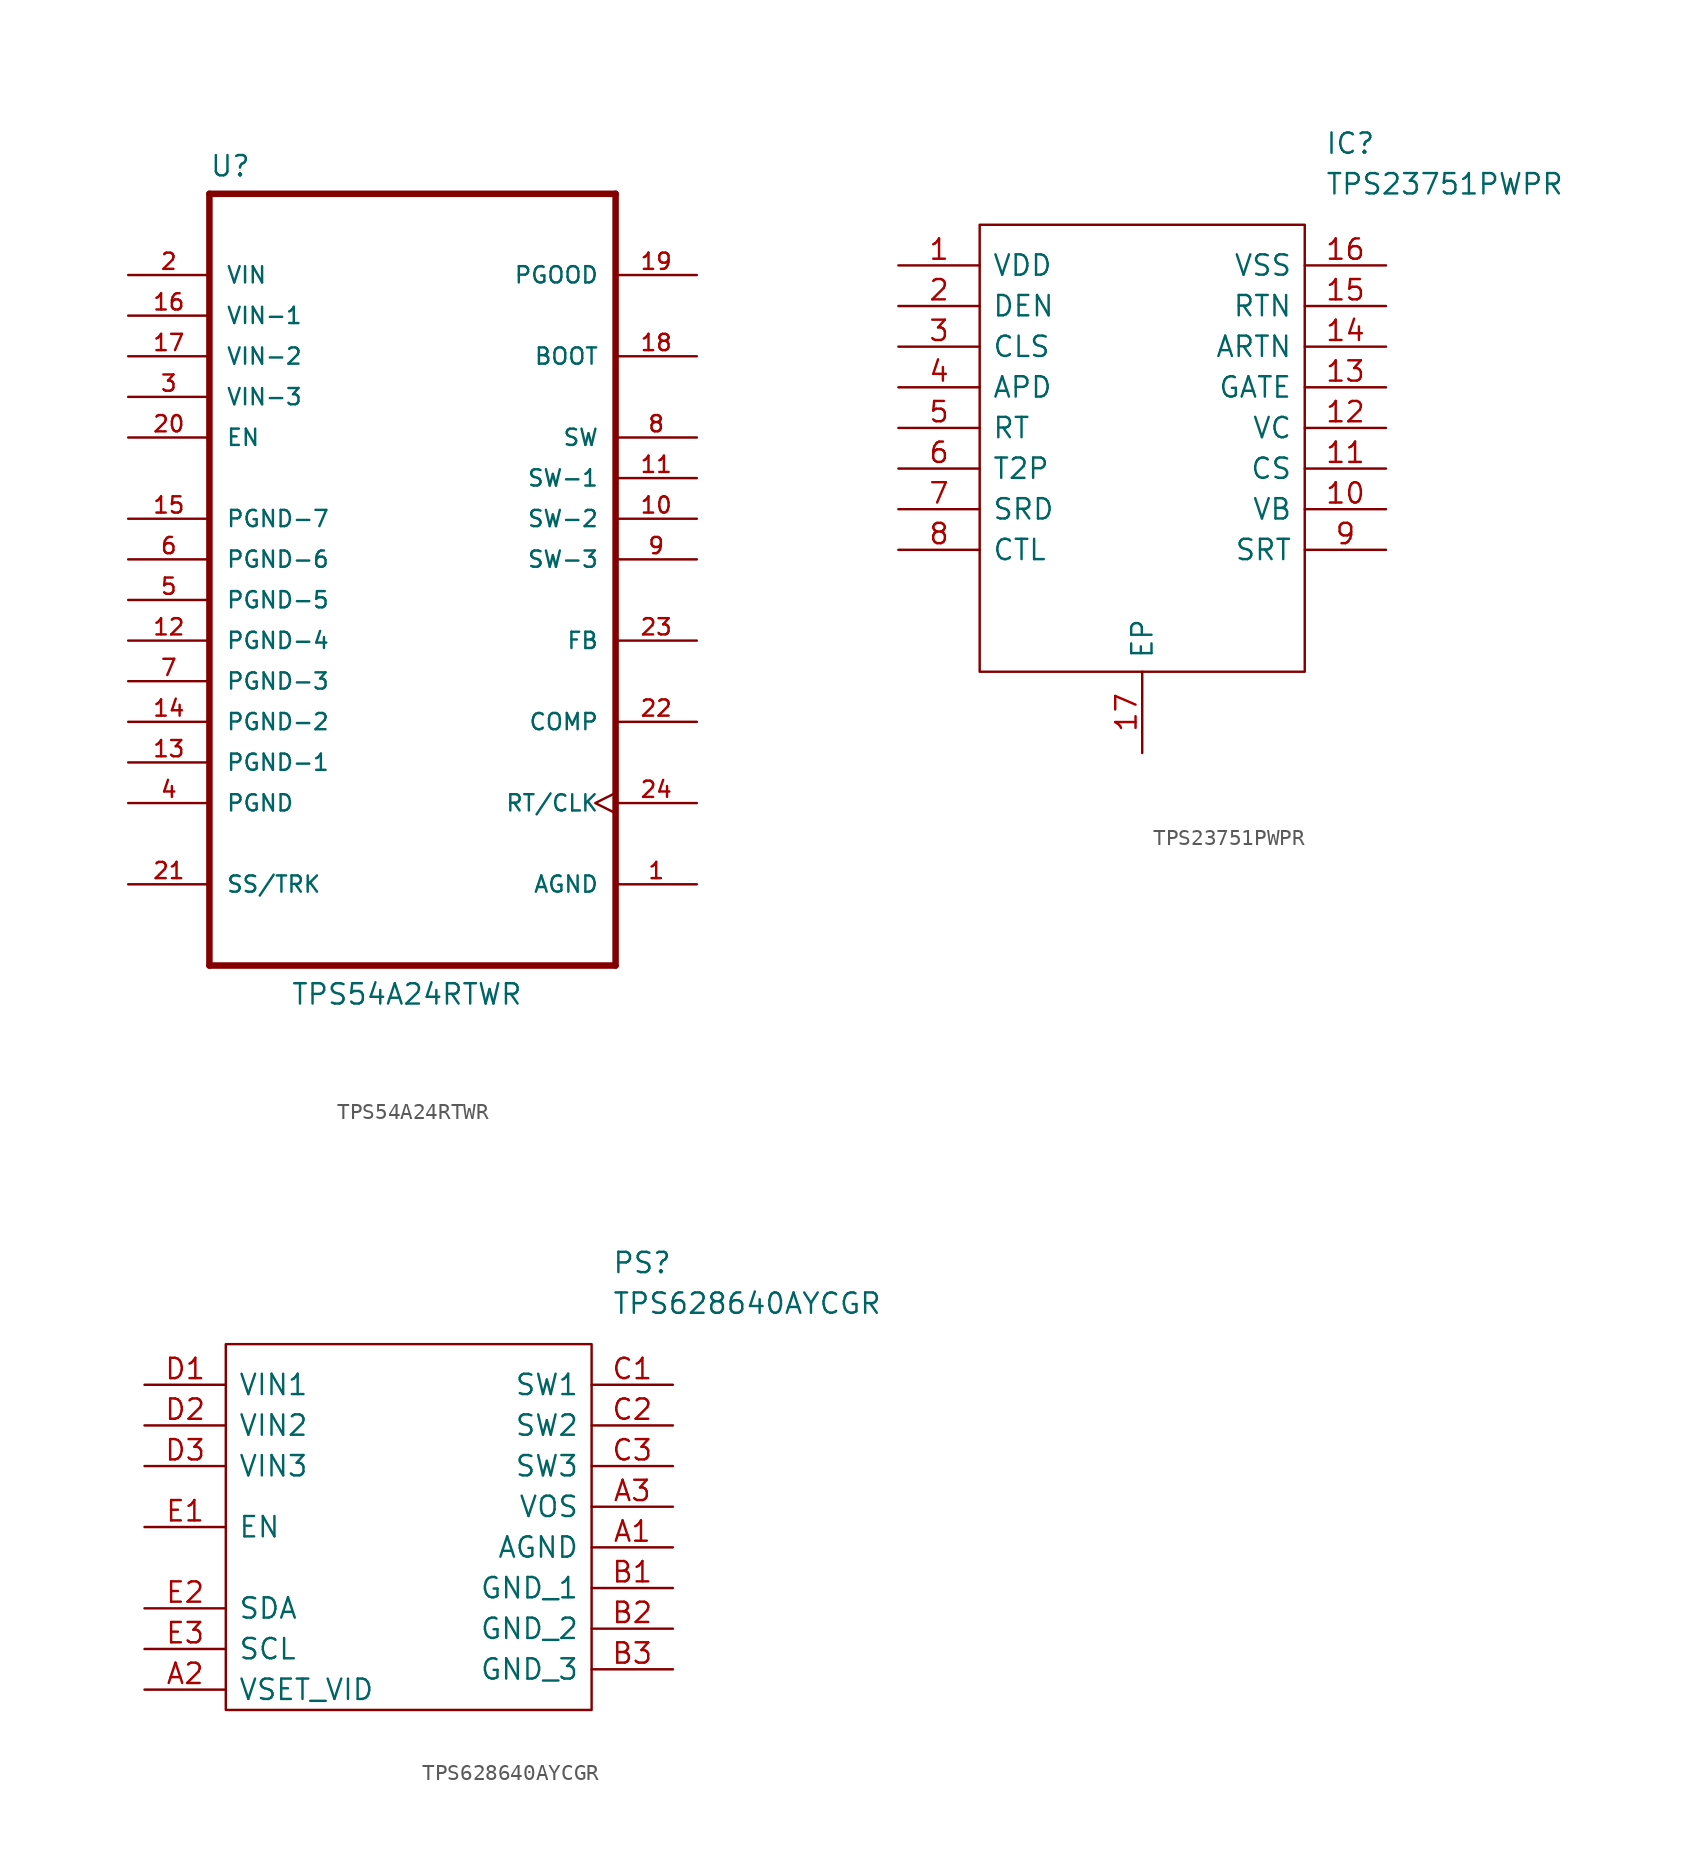
<source format=kicad_sym>
(kicad_symbol_lib
  (version 20201005)
  (generator kicad_symbol_editor)
  (symbol "AP2100:TPS54A24RTWR"
    (pin_names
      (offset 1.016))
    (property "Reference" "U"
      (at -12.7 23.851 0)
      (effects (font (size 1.27 1.27)) (justify left bottom)))
    (property "Value" "TPS54A24RTWR"
      (at -7.62 -27.94 0)
      (effects (font (size 1.27 1.27)) (justify left bottom)))
    (property "ki_locked" ""
      (at 0 0 0)
      (effects (font (size 1.27 1.27))))
    (symbol "TPS54A24RTWR_0_0"
      (polyline (pts (xy -12.7 22.86) (xy 12.7 22.86)) (stroke (width 0.406)) (fill (type none)))
      (polyline (pts (xy 12.7 22.86) (xy 12.7 -25.4)) (stroke (width 0.406)) (fill (type none)))
      (polyline (pts (xy 12.7 -25.4) (xy -12.7 -25.4)) (stroke (width 0.406)) (fill (type none)))
      (polyline (pts (xy -12.7 -25.4) (xy -12.7 22.86)) (stroke (width 0.406)) (fill (type none)))
      (pin input clock (at 17.78 -15.24 180) (length 5.08) (name "RT/CLK" (effects (font (size 1.016 1.016)))) (number "24" (effects (font (size 1.016 1.016)))))
      (pin input line (at -17.78 17.78 0) (length 5.08) (name "VIN" (effects (font (size 1.016 1.016)))) (number "2" (effects (font (size 1.016 1.016)))))
      (pin input line (at -17.78 15.24 0) (length 5.08) (name "VIN-1" (effects (font (size 1.016 1.016)))) (number "16" (effects (font (size 1.016 1.016)))))
      (pin input line (at -17.78 12.7 0) (length 5.08) (name "VIN-2" (effects (font (size 1.016 1.016)))) (number "17" (effects (font (size 1.016 1.016)))))
      (pin input line (at -17.78 10.16 0) (length 5.08) (name "VIN-3" (effects (font (size 1.016 1.016)))) (number "3" (effects (font (size 1.016 1.016)))))
      (pin bidirectional line (at 17.78 12.7 180) (length 5.08) (name "BOOT" (effects (font (size 1.016 1.016)))) (number "18" (effects (font (size 1.016 1.016)))))
      (pin bidirectional line (at 17.78 -10.16 180) (length 5.08) (name "COMP" (effects (font (size 1.016 1.016)))) (number "22" (effects (font (size 1.016 1.016)))))
      (pin bidirectional line (at -17.78 7.62 0) (length 5.08) (name "EN" (effects (font (size 1.016 1.016)))) (number "20" (effects (font (size 1.016 1.016)))))
      (pin bidirectional line (at 17.78 -5.08 180) (length 5.08) (name "FB" (effects (font (size 1.016 1.016)))) (number "23" (effects (font (size 1.016 1.016)))))
      (pin bidirectional line (at 17.78 17.78 180) (length 5.08) (name "PGOOD" (effects (font (size 1.016 1.016)))) (number "19" (effects (font (size 1.016 1.016)))))
      (pin bidirectional line (at -17.78 -20.32 0) (length 5.08) (name "SS/TRK" (effects (font (size 1.016 1.016)))) (number "21" (effects (font (size 1.016 1.016)))))
      (pin bidirectional line (at 17.78 7.62 180) (length 5.08) (name "SW" (effects (font (size 1.016 1.016)))) (number "8" (effects (font (size 1.016 1.016)))))
      (pin bidirectional line (at 17.78 5.08 180) (length 5.08) (name "SW-1" (effects (font (size 1.016 1.016)))) (number "11" (effects (font (size 1.016 1.016)))))
      (pin bidirectional line (at 17.78 2.54 180) (length 5.08) (name "SW-2" (effects (font (size 1.016 1.016)))) (number "10" (effects (font (size 1.016 1.016)))))
      (pin bidirectional line (at 17.78 0 180) (length 5.08) (name "SW-3" (effects (font (size 1.016 1.016)))) (number "9" (effects (font (size 1.016 1.016)))))
      (pin power_in line (at 17.78 -20.32 180) (length 5.08) (name "AGND" (effects (font (size 1.016 1.016)))) (number "1" (effects (font (size 1.016 1.016)))))
      (pin power_in line (at -17.78 -15.24 0) (length 5.08) (name "PGND" (effects (font (size 1.016 1.016)))) (number "4" (effects (font (size 1.016 1.016)))))
      (pin power_in line (at -17.78 -12.7 0) (length 5.08) (name "PGND-1" (effects (font (size 1.016 1.016)))) (number "13" (effects (font (size 1.016 1.016)))))
      (pin power_in line (at -17.78 -10.16 0) (length 5.08) (name "PGND-2" (effects (font (size 1.016 1.016)))) (number "14" (effects (font (size 1.016 1.016)))))
      (pin power_in line (at -17.78 -7.62 0) (length 5.08) (name "PGND-3" (effects (font (size 1.016 1.016)))) (number "7" (effects (font (size 1.016 1.016)))))
      (pin power_in line (at -17.78 -5.08 0) (length 5.08) (name "PGND-4" (effects (font (size 1.016 1.016)))) (number "12" (effects (font (size 1.016 1.016)))))
      (pin power_in line (at -17.78 -2.54 0) (length 5.08) (name "PGND-5" (effects (font (size 1.016 1.016)))) (number "5" (effects (font (size 1.016 1.016)))))
      (pin power_in line (at -17.78 0 0) (length 5.08) (name "PGND-6" (effects (font (size 1.016 1.016)))) (number "6" (effects (font (size 1.016 1.016)))))
      (pin power_in line (at -17.78 2.54 0) (length 5.08) (name "PGND-7" (effects (font (size 1.016 1.016)))) (number "15" (effects (font (size 1.016 1.016)))))))
  (symbol "AP2100:TPS23751PWPR"
    (pin_names
      (offset 0.762))
    (property "Reference" "IC"
      (at 26.67 7.62 0)
      (effects (font (size 1.27 1.27)) (justify left)))
    (property "Value" "TPS23751PWPR"
      (at 26.67 5.08 0)
      (effects (font (size 1.27 1.27)) (justify left)))
    (symbol "TPS23751PWPR_0_1"
      (polyline (pts (xy 5.08 2.54) (xy 25.4 2.54) (xy 25.4 -25.4) (xy 5.08 -25.4) (xy 5.08 2.54)) (stroke (width 0.152)) (fill (type none))))
    (symbol "TPS23751PWPR_0_0"
      (pin passive line (at 0 0 0) (length 5.08) (name "VDD" (effects (font (size 1.27 1.27)))) (number "1" (effects (font (size 1.27 1.27)))))
      (pin passive line (at 0 -2.54 0) (length 5.08) (name "DEN" (effects (font (size 1.27 1.27)))) (number "2" (effects (font (size 1.27 1.27)))))
      (pin passive line (at 0 -5.08 0) (length 5.08) (name "CLS" (effects (font (size 1.27 1.27)))) (number "3" (effects (font (size 1.27 1.27)))))
      (pin passive line (at 0 -7.62 0) (length 5.08) (name "APD" (effects (font (size 1.27 1.27)))) (number "4" (effects (font (size 1.27 1.27)))))
      (pin passive line (at 0 -10.16 0) (length 5.08) (name "RT" (effects (font (size 1.27 1.27)))) (number "5" (effects (font (size 1.27 1.27)))))
      (pin passive line (at 0 -12.7 0) (length 5.08) (name "T2P" (effects (font (size 1.27 1.27)))) (number "6" (effects (font (size 1.27 1.27)))))
      (pin passive line (at 0 -15.24 0) (length 5.08) (name "SRD" (effects (font (size 1.27 1.27)))) (number "7" (effects (font (size 1.27 1.27)))))
      (pin passive line (at 0 -17.78 0) (length 5.08) (name "CTL" (effects (font (size 1.27 1.27)))) (number "8" (effects (font (size 1.27 1.27)))))
      (pin passive line (at 15.24 -30.48 90) (length 5.08) (name "EP" (effects (font (size 1.27 1.27)))) (number "17" (effects (font (size 1.27 1.27)))))
      (pin passive line (at 30.48 0 180) (length 5.08) (name "VSS" (effects (font (size 1.27 1.27)))) (number "16" (effects (font (size 1.27 1.27)))))
      (pin passive line (at 30.48 -2.54 180) (length 5.08) (name "RTN" (effects (font (size 1.27 1.27)))) (number "15" (effects (font (size 1.27 1.27)))))
      (pin passive line (at 30.48 -5.08 180) (length 5.08) (name "ARTN" (effects (font (size 1.27 1.27)))) (number "14" (effects (font (size 1.27 1.27)))))
      (pin passive line (at 30.48 -7.62 180) (length 5.08) (name "GATE" (effects (font (size 1.27 1.27)))) (number "13" (effects (font (size 1.27 1.27)))))
      (pin passive line (at 30.48 -10.16 180) (length 5.08) (name "VC" (effects (font (size 1.27 1.27)))) (number "12" (effects (font (size 1.27 1.27)))))
      (pin passive line (at 30.48 -12.7 180) (length 5.08) (name "CS" (effects (font (size 1.27 1.27)))) (number "11" (effects (font (size 1.27 1.27)))))
      (pin passive line (at 30.48 -15.24 180) (length 5.08) (name "VB" (effects (font (size 1.27 1.27)))) (number "10" (effects (font (size 1.27 1.27)))))
      (pin passive line (at 30.48 -17.78 180) (length 5.08) (name "SRT" (effects (font (size 1.27 1.27)))) (number "9" (effects (font (size 1.27 1.27)))))))
  (symbol "AP2100:TPS628640AYCGR"
    (pin_names
      (offset 0.762))
    (property "Reference" "PS"
      (at 12.7 15.24 0)
      (effects (font (size 1.27 1.27)) (justify left)))
    (property "Value" "TPS628640AYCGR"
      (at 12.7 12.7 0)
      (effects (font (size 1.27 1.27)) (justify left)))
    (symbol "TPS628640AYCGR_0_1"
      (polyline (pts (xy -11.43 10.16) (xy 11.43 10.16) (xy 11.43 -12.7) (xy -11.43 -12.7) (xy -11.43 10.16)) (stroke (width 0.152)) (fill (type none))))
    (symbol "TPS628640AYCGR_0_0"
      (pin power_in line (at 16.51 -2.54 180) (length 5.08) (name "AGND" (effects (font (size 1.27 1.27)))) (number "A1" (effects (font (size 1.27 1.27)))))
      (pin input line (at -16.51 -11.43 0) (length 5.08) (name "VSET_VID" (effects (font (size 1.27 1.27)))) (number "A2" (effects (font (size 1.27 1.27)))))
      (pin input line (at 16.51 0 180) (length 5.08) (name "VOS" (effects (font (size 1.27 1.27)))) (number "A3" (effects (font (size 1.27 1.27)))))
      (pin power_in line (at 16.51 -5.08 180) (length 5.08) (name "GND_1" (effects (font (size 1.27 1.27)))) (number "B1" (effects (font (size 1.27 1.27)))))
      (pin power_in line (at 16.51 -7.62 180) (length 5.08) (name "GND_2" (effects (font (size 1.27 1.27)))) (number "B2" (effects (font (size 1.27 1.27)))))
      (pin power_in line (at 16.51 -10.16 180) (length 5.08) (name "GND_3" (effects (font (size 1.27 1.27)))) (number "B3" (effects (font (size 1.27 1.27)))))
      (pin power_in line (at 16.51 7.62 180) (length 5.08) (name "SW1" (effects (font (size 1.27 1.27)))) (number "C1" (effects (font (size 1.27 1.27)))))
      (pin power_in line (at 16.51 5.08 180) (length 5.08) (name "SW2" (effects (font (size 1.27 1.27)))) (number "C2" (effects (font (size 1.27 1.27)))))
      (pin power_in line (at 16.51 2.54 180) (length 5.08) (name "SW3" (effects (font (size 1.27 1.27)))) (number "C3" (effects (font (size 1.27 1.27)))))
      (pin power_in line (at -16.51 7.62 0) (length 5.08) (name "VIN1" (effects (font (size 1.27 1.27)))) (number "D1" (effects (font (size 1.27 1.27)))))
      (pin power_in line (at -16.51 5.08 0) (length 5.08) (name "VIN2" (effects (font (size 1.27 1.27)))) (number "D2" (effects (font (size 1.27 1.27)))))
      (pin power_in line (at -16.51 2.54 0) (length 5.08) (name "VIN3" (effects (font (size 1.27 1.27)))) (number "D3" (effects (font (size 1.27 1.27)))))
      (pin input line (at -16.51 -1.27 0) (length 5.08) (name "EN" (effects (font (size 1.27 1.27)))) (number "E1" (effects (font (size 1.27 1.27)))))
      (pin bidirectional line (at -16.51 -6.35 0) (length 5.08) (name "SDA" (effects (font (size 1.27 1.27)))) (number "E2" (effects (font (size 1.27 1.27)))))
      (pin bidirectional line (at -16.51 -8.89 0) (length 5.08) (name "SCL" (effects (font (size 1.27 1.27)))) (number "E3" (effects (font (size 1.27 1.27))))))))
</source>
